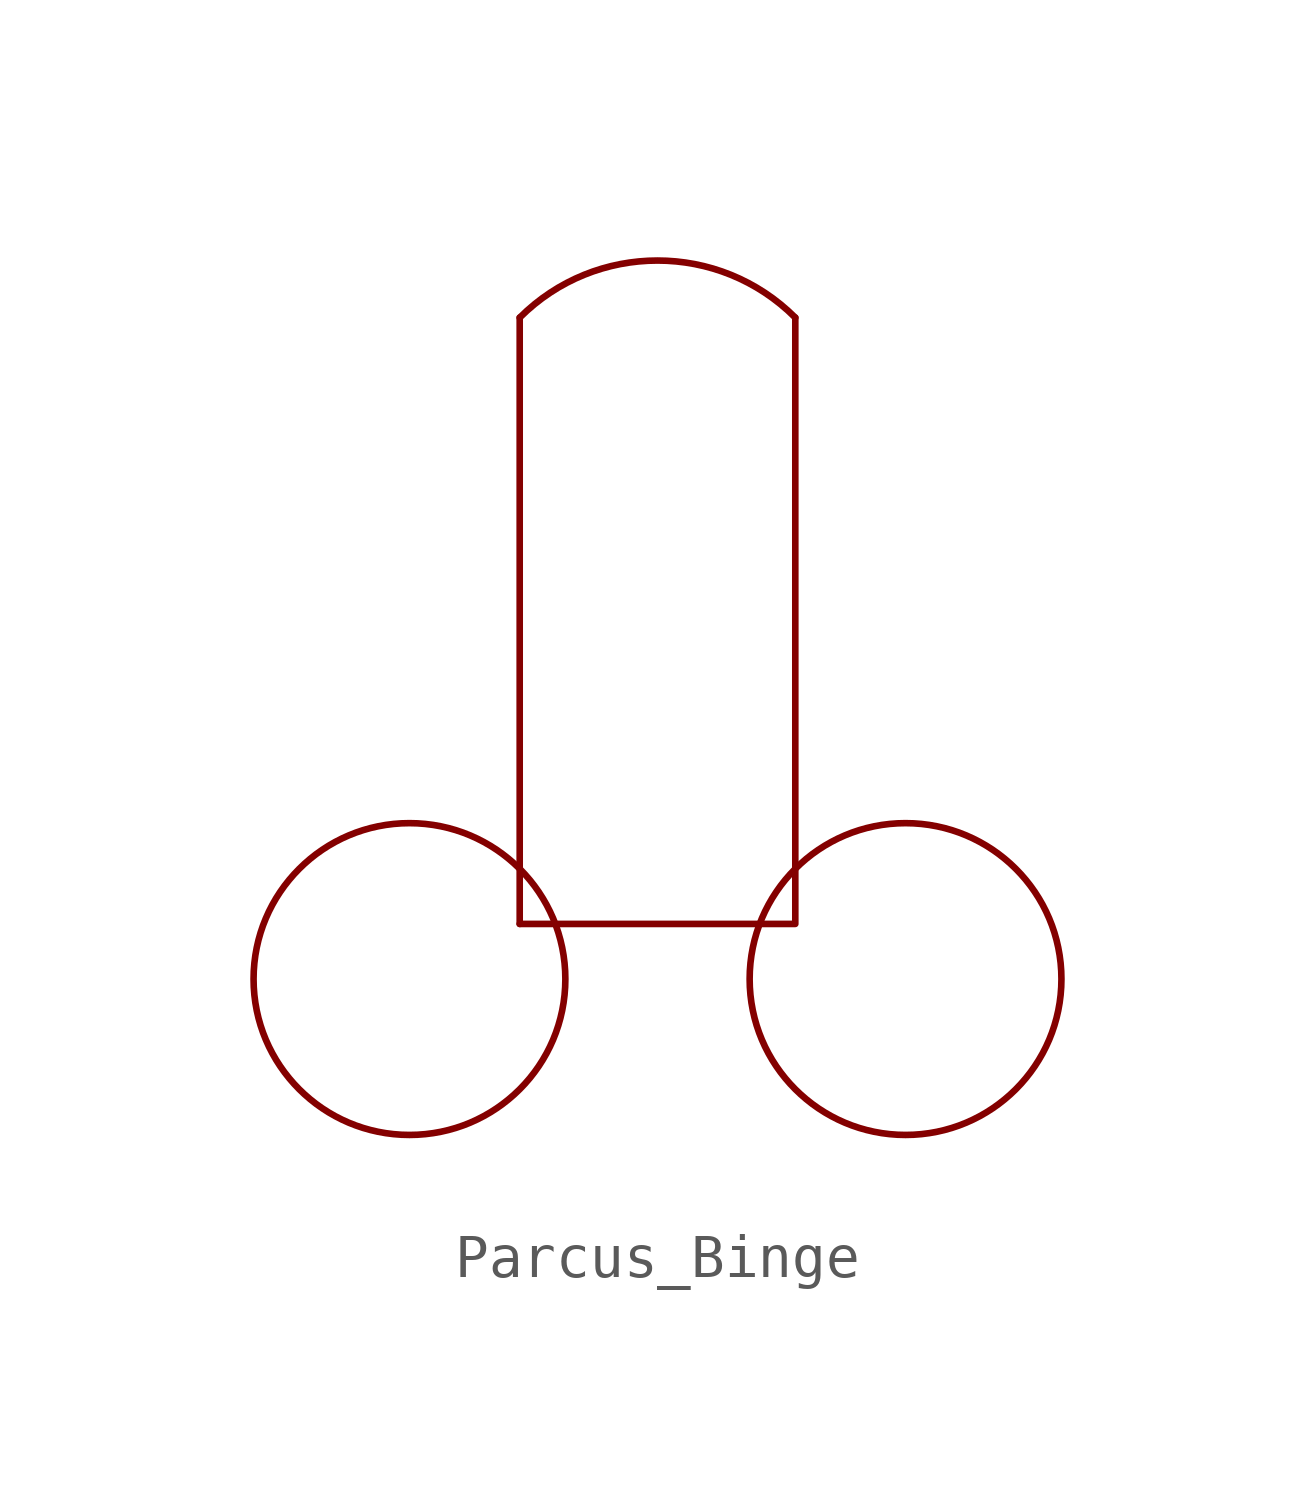
<source format=kicad_sym>
(kicad_symbol_lib
  (version 20241209)
  (generator "kicad_symbol_editor")
  (generator_version "9.0")
  (symbol "Parcus_Binge"
    (property "Reference" "U"
      (at 0 0 0)
      (effects (font (size 1.27 1.27)) (hide yes)))
    (property "Value" ""
      (at 0 0 0)
      (effects (font (size 1.27 1.27))))
    (symbol "Parcus_Binge_0_1"
      (circle (center -6.35 2.54) (radius 3.592) (stroke (width 0) (type default)) (fill (type none)))
      (polyline (pts (xy -3.81 3.81) (xy -3.81 17.78)) (stroke (width 0) (type default)) (fill (type none)))
      (polyline (pts (xy -3.81 3.81) (xy 2.54 3.81) (xy 2.54 17.78)) (stroke (width 0) (type default)) (fill (type none)))
      (arc (start -3.81 17.78) (mid -0.635 19.0951) (end 2.54 17.78) (stroke (width 0) (type default)) (fill (type none)))
      (circle (center 5.08 2.54) (radius 3.592) (stroke (width 0) (type default)) (fill (type none))))))
</source>
